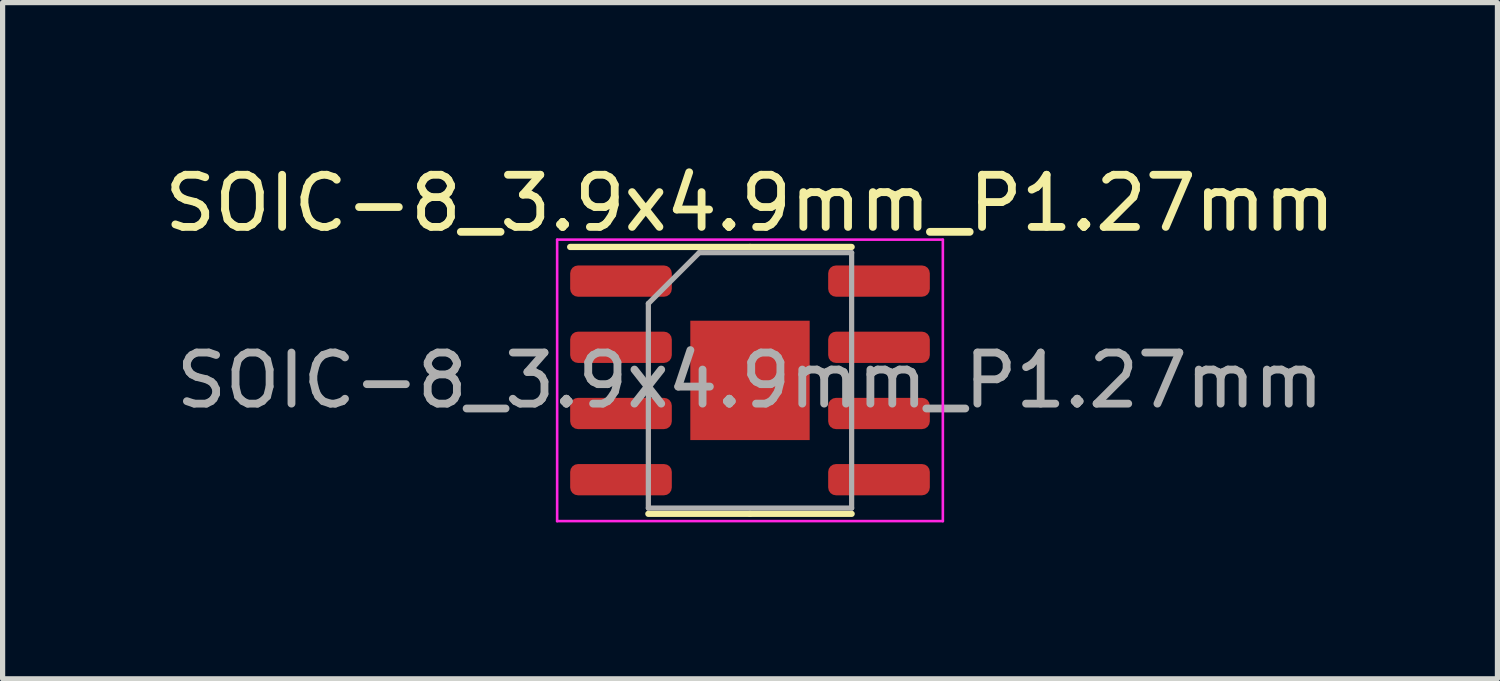
<source format=kicad_pcb>
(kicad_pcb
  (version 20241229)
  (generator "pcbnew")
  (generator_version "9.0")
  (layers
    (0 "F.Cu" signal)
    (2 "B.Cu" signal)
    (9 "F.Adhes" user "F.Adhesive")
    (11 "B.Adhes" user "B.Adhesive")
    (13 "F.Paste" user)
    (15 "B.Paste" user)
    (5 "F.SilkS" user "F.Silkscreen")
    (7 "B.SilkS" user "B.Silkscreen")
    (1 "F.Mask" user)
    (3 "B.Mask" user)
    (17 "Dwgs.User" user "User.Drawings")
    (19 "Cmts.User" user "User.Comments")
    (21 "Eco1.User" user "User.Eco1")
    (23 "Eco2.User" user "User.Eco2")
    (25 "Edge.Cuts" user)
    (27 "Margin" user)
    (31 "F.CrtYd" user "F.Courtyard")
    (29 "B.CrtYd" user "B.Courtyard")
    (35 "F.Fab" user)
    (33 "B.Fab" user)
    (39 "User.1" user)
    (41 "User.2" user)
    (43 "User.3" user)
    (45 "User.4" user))
  (footprint "SOIC-8_3.9x4.9mm_P1.27mm"
    (layer "F.Cu")
    (at 11.339 4.248)
    (property "Reference" "SOIC-8_3.9x4.9mm_P1.27mm" (at 0 -3.4 0) (layer "F.SilkS") (effects (font (size 1 1) (thickness 0.15))))
    (attr smd)
    (fp_line (start 0 -2.56) (end -3.45 -2.56) (stroke (width 0.12) (type solid)) (layer "F.SilkS"))
    (fp_line (start 0 -2.56) (end 1.95 -2.56) (stroke (width 0.12) (type solid)) (layer "F.SilkS"))
    (fp_line (start 0 2.56) (end -1.95 2.56) (stroke (width 0.12) (type solid)) (layer "F.SilkS"))
    (fp_line (start 0 2.56) (end 1.95 2.56) (stroke (width 0.12) (type solid)) (layer "F.SilkS"))
    (fp_line (start -3.7 -2.7) (end -3.7 2.7) (stroke (width 0.05) (type solid)) (layer "F.CrtYd"))
    (fp_line (start -3.7 2.7) (end 3.7 2.7) (stroke (width 0.05) (type solid)) (layer "F.CrtYd"))
    (fp_line (start 3.7 -2.7) (end -3.7 -2.7) (stroke (width 0.05) (type solid)) (layer "F.CrtYd"))
    (fp_line (start 3.7 2.7) (end 3.7 -2.7) (stroke (width 0.05) (type solid)) (layer "F.CrtYd"))
    (fp_line (start -1.95 -1.475) (end -0.975 -2.45) (stroke (width 0.1) (type solid)) (layer "F.Fab"))
    (fp_line (start -1.95 2.45) (end -1.95 -1.475) (stroke (width 0.1) (type solid)) (layer "F.Fab"))
    (fp_line (start -0.975 -2.45) (end 1.95 -2.45) (stroke (width 0.1) (type solid)) (layer "F.Fab"))
    (fp_line (start 1.95 -2.45) (end 1.95 2.45) (stroke (width 0.1) (type solid)) (layer "F.Fab"))
    (fp_line (start 1.95 2.45) (end -1.95 2.45) (stroke (width 0.1) (type solid)) (layer "F.Fab"))
    (fp_text user "${REFERENCE}" (at 0 0 0) (layer "F.Fab") (effects (font (size 0.98 0.98) (thickness 0.15))))
    (pad "1" smd roundrect (at -2.475 -1.905) (size 1.95 0.6) (layers "F.Cu" "F.Mask" "F.Paste") (roundrect_rratio 0.25))
    (pad "2" smd roundrect (at -2.475 -0.635) (size 1.95 0.6) (layers "F.Cu" "F.Mask" "F.Paste") (roundrect_rratio 0.25))
    (pad "3" smd roundrect (at -2.475 0.635) (size 1.95 0.6) (layers "F.Cu" "F.Mask" "F.Paste") (roundrect_rratio 0.25))
    (pad "4" smd roundrect (at -2.475 1.905) (size 1.95 0.6) (layers "F.Cu" "F.Mask" "F.Paste") (roundrect_rratio 0.25))
    (pad "5" smd roundrect (at 2.475 1.905) (size 1.95 0.6) (layers "F.Cu" "F.Mask" "F.Paste") (roundrect_rratio 0.25))
    (pad "6" smd roundrect (at 2.475 0.635) (size 1.95 0.6) (layers "F.Cu" "F.Mask" "F.Paste") (roundrect_rratio 0.25))
    (pad "7" smd roundrect (at 2.475 -0.635) (size 1.95 0.6) (layers "F.Cu" "F.Mask" "F.Paste") (roundrect_rratio 0.25))
    (pad "8" smd roundrect (at 2.475 -1.905) (size 1.95 0.6) (layers "F.Cu" "F.Mask" "F.Paste") (roundrect_rratio 0.25))
    (pad "9" smd rect (at 0 0) (size 2.29 2.29) (layers "F.Cu" "F.Mask" "F.Paste")))
  (gr_rect
    (start -3 -3)
    (end 25.679 9.973)
    (stroke (width 0.1) (type default))
    (fill no)
    (layer "Edge.Cuts")))
</source>
